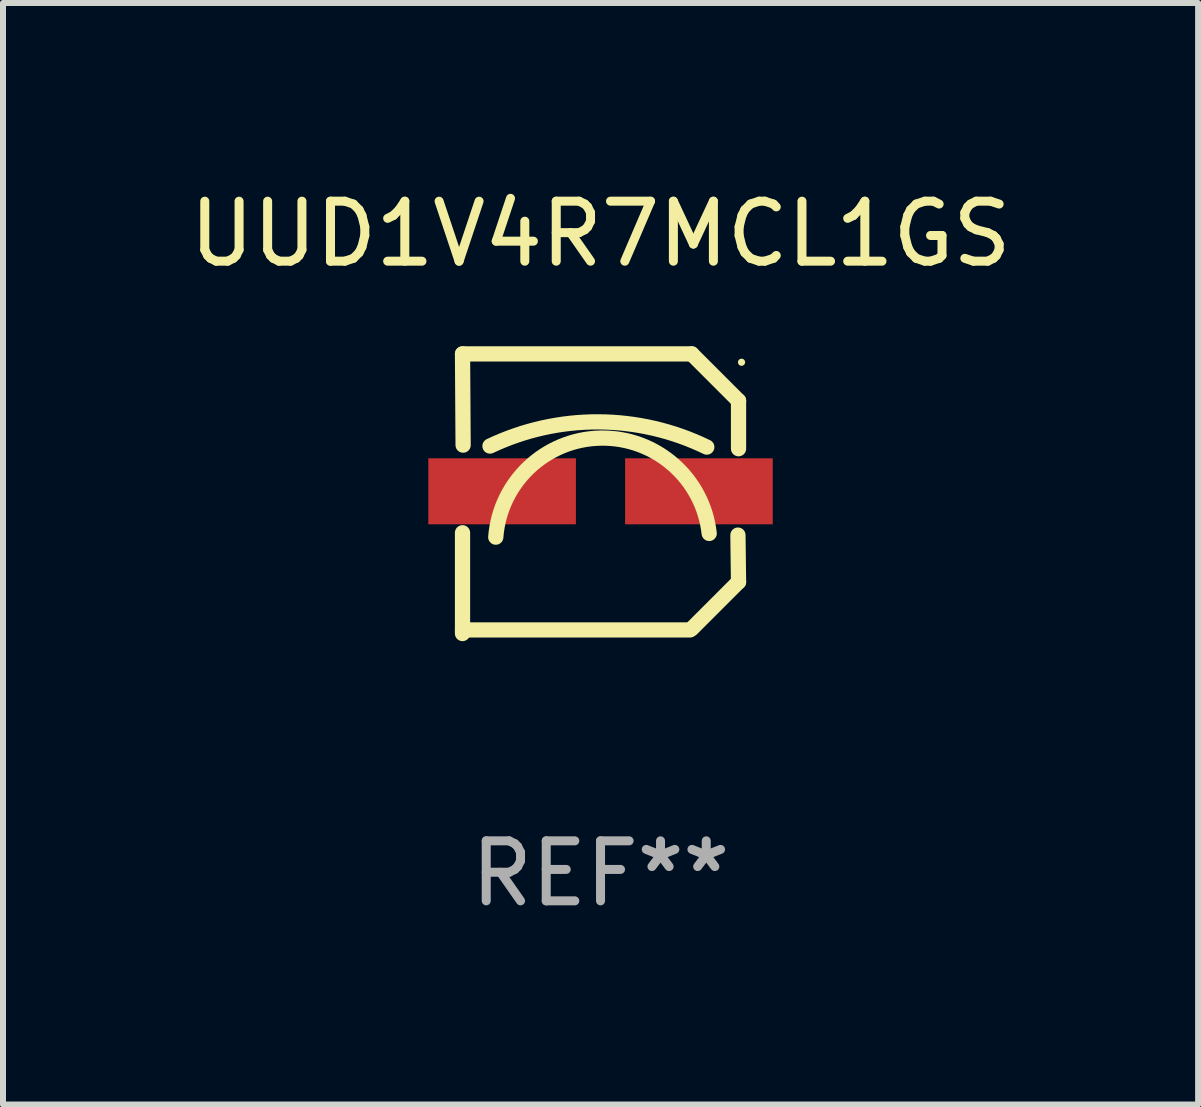
<source format=kicad_pcb>
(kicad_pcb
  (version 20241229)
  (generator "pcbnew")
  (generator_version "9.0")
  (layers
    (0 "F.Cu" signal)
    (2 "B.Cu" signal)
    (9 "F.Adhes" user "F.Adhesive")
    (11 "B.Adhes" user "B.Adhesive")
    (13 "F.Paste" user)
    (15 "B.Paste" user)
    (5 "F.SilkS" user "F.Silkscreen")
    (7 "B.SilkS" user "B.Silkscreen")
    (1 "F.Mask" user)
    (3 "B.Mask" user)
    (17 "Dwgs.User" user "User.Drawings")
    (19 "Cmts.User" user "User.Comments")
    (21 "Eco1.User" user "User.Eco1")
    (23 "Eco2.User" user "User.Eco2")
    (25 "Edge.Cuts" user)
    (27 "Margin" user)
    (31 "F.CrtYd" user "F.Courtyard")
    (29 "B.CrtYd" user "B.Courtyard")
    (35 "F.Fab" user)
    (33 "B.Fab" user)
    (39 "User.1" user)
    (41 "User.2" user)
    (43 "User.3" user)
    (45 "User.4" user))
  (footprint "UUD1V4R7MCL1GS"
    (layer "F.Cu")
    (at 6.958 5.178)
    (property "Reference" "UUD1V4R7MCL1GS" (at 0 -4.33 0) (layer "F.SilkS") (effects (font (size 1 1) (thickness 0.15))))
    (attr through_hole)
    (fp_line (start -2.3 -2.33) (end 1.52 -2.33) (stroke (width 0.254) (type solid)) (layer "F.SilkS"))
    (fp_line (start -2.3 2.27) (end 1.49 2.27) (stroke (width 0.254) (type solid)) (layer "F.SilkS"))
    (fp_line (start -2.3 2.33) (end -2.3 0.651) (stroke (width 0.254) (type solid)) (layer "F.SilkS"))
    (fp_line (start -2.29 -0.81) (end -2.3 -2.33) (stroke (width 0.254) (type solid)) (layer "F.SilkS"))
    (fp_line (start 2.3 -1.55) (end 1.52 -2.33) (stroke (width 0.254) (type solid)) (layer "F.SilkS"))
    (fp_line (start 2.3 1.47) (end 1.52 2.25) (stroke (width 0.254) (type solid)) (layer "F.SilkS"))
    (fp_line (start 2.3 1.47) (end 2.29 0.69) (stroke (width 0.254) (type solid)) (layer "F.SilkS"))
    (fp_line (start 2.3 -0.75) (end 2.3 -1.55) (stroke (width 0.254) (type solid)) (layer "F.SilkS"))
    (fp_arc (start -1.842151 -0.794552) (mid -0.033717 -1.197402) (end 1.770752 -0.777152) (stroke (width 0.254001) (type solid)) (layer "F.SilkS"))
    (fp_arc (start -1.745757 0.723659) (mid 0.004392 -0.926664) (end 1.810884 0.661786) (stroke (width 0.254001) (type solid)) (layer "F.SilkS"))
    (fp_circle (center 2.35 -2.191) (end 2.38 -2.191) (stroke (width 0.06) (type solid)) (fill no) (layer "F.SilkS"))
    (fp_text user "REF**" (at 0 6.33 0) (layer "F.Fab") (effects (font (size 1 1) (thickness 0.15))))
    (pad "1" smd rect (at 1.64 -0.04) (size 2.46 1.1) (layers "F.Cu" "F.Mask" "F.Paste"))
    (pad "2" smd rect (at -1.64 -0.04) (size 2.46 1.1) (layers "F.Cu" "F.Mask" "F.Paste")))
  (gr_rect
    (start -3 -3)
    (end 16.917 15.357)
    (stroke (width 0.1) (type default))
    (fill no)
    (layer "Edge.Cuts")))
</source>
